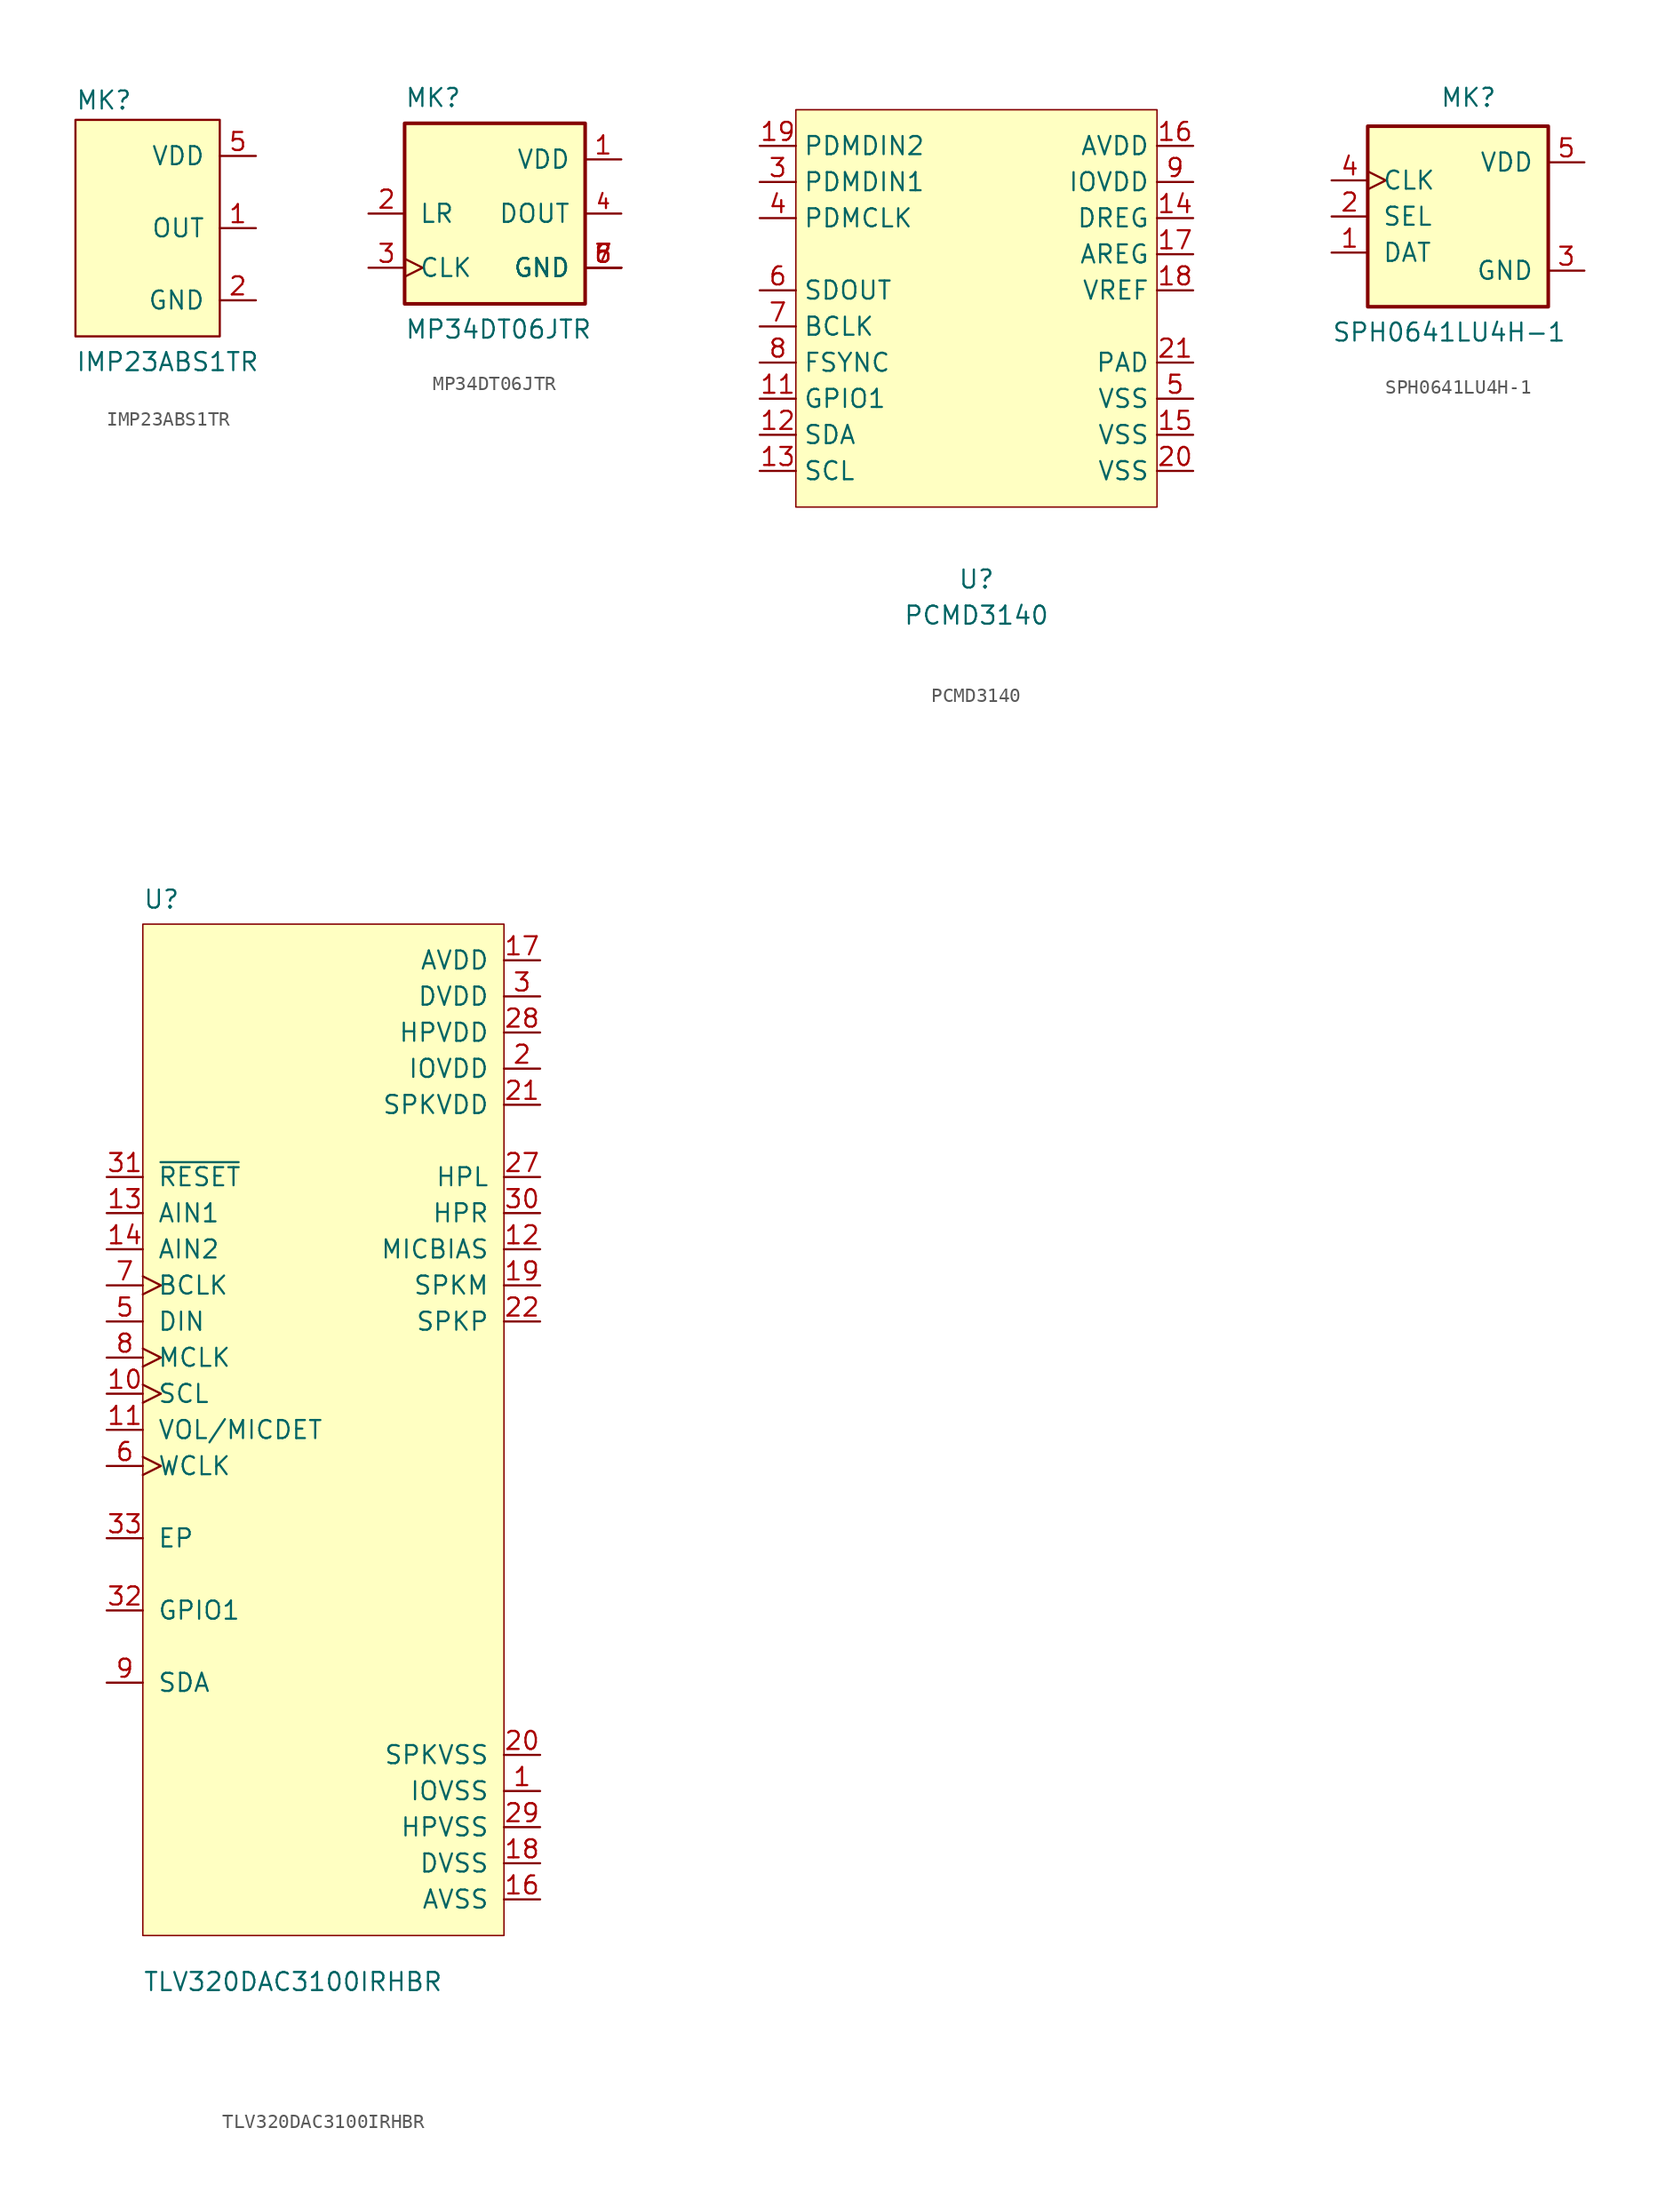
<source format=kicad_sym>
(kicad_symbol_lib
  (version 20220914)
  (generator kicad_symbol_editor)
  (symbol "IMP23ABS1TR"
    (pin_names
      (offset 1.016))
    (property "Reference" "MK"
      (at -5.08 8.255 0)
      (effects (font (size 1.27 1.27)) (justify left bottom)))
    (property "Value" "IMP23ABS1TR"
      (at -5.08 -10.16 0)
      (effects (font (size 1.27 1.27)) (justify left bottom)))
    (symbol "IMP23ABS1TR_1_0"
      (rectangle (start -5.08 7.62) (end 5.08 -7.62) (stroke (width 0) (type default)) (fill (type background)))
      (pin output line (at 7.62 0 180) (length 2.54) (name "OUT" (effects (font (size 1.27 1.27)))) (number "1" (effects (font (size 1.27 1.27)))))
      (pin power_in line (at 7.62 -5.08 180) (length 2.54) (name "GND" (effects (font (size 1.27 1.27)))) (number "2" (effects (font (size 1.27 1.27)))))
      (pin power_in line (at 7.62 -5.08 180) (length 2.54) hide (name "GND" (effects (font (size 1.27 1.27)))) (number "3" (effects (font (size 1.27 1.27)))))
      (pin power_in line (at 7.62 -5.08 180) (length 2.54) hide (name "GND" (effects (font (size 1.27 1.27)))) (number "4" (effects (font (size 1.27 1.27)))))
      (pin power_in line (at 7.62 5.08 180) (length 2.54) (name "VDD" (effects (font (size 1.27 1.27)))) (number "5" (effects (font (size 1.27 1.27)))))))
  (symbol "MP34DT06JTR"
    (pin_names
      (offset 1.016))
    (property "Reference" "MK"
      (at -6.35 8.89 0)
      (effects (font (size 1.27 1.27)) (justify left top)))
    (property "Value" "MP34DT06JTR"
      (at -6.35 -8.89 0)
      (effects (font (size 1.27 1.27)) (justify left bottom)))
    (symbol "MP34DT06JTR_0_0"
      (rectangle (start -6.35 6.35) (end 6.35 -6.35) (stroke (width 0.254) (type default)) (fill (type background))))
    (symbol "MP34DT06JTR_1_0"
      (pin power_in line (at 8.89 3.81 180) (length 2.54) (name "VDD" (effects (font (size 1.27 1.27)))) (number "1" (effects (font (size 1.27 1.27)))))
      (pin input line (at -8.89 0 0) (length 2.54) (name "LR" (effects (font (size 1.27 1.27)))) (number "2" (effects (font (size 1.27 1.27)))))
      (pin input clock (at -8.89 -3.81 0) (length 2.54) (name "CLK" (effects (font (size 1.27 1.27)))) (number "3" (effects (font (size 1.27 1.27)))))
      (pin output line (at 8.89 0 180) (length 2.54) (name "DOUT" (effects (font (size 1.27 1.27)))) (number "4" (effects (font (size 1.016 1.016)))))
      (pin power_in line (at 8.89 -3.81 180) (length 2.54) (name "GND" (effects (font (size 1.27 1.27)))) (number "5" (effects (font (size 1.27 1.27)))))
      (pin power_in line (at 8.89 -3.81 180) (length 2.54) (name "GND" (effects (font (size 1.27 1.27)))) (number "6" (effects (font (size 1.27 1.27)))))
      (pin power_in line (at 8.89 -3.81 180) (length 2.54) (name "GND" (effects (font (size 1.27 1.27)))) (number "7" (effects (font (size 1.27 1.27)))))
      (pin power_in line (at 8.89 -3.81 180) (length 2.54) (name "GND" (effects (font (size 1.27 1.27)))) (number "8" (effects (font (size 1.27 1.27)))))))
  (symbol "PCMD3140"
    (property "Reference" "U"
      (at 0 -17.78 0)
      (effects (font (size 1.27 1.27))))
    (property "Value" "PCMD3140"
      (at 0 -20.32 0)
      (effects (font (size 1.27 1.27))))
    (symbol "PCMD3140_0_1"
      (rectangle (start -12.7 15.24) (end 12.7 -12.7) (stroke (width 0.1) (type default)) (fill (type background))))
    (symbol "PCMD3140_1_1"
      (pin no_connect line (at -15.24 -12.7 0) (length 2.54) hide (name "NC" (effects (font (size 1.27 1.27)))) (number "1" (effects (font (size 1.27 1.27)))))
      (pin bidirectional line (at -15.24 -5.08 0) (length 2.54) (name "GPIO1" (effects (font (size 1.27 1.27)))) (number "11" (effects (font (size 1.27 1.27)))))
      (pin bidirectional line (at -15.24 -7.62 0) (length 2.54) (name "SDA" (effects (font (size 1.27 1.27)))) (number "12" (effects (font (size 1.27 1.27)))))
      (pin input line (at -15.24 -10.16 0) (length 2.54) (name "SCL" (effects (font (size 1.27 1.27)))) (number "13" (effects (font (size 1.27 1.27)))))
      (pin power_in line (at 15.24 7.62 180) (length 2.54) (name "DREG" (effects (font (size 1.27 1.27)))) (number "14" (effects (font (size 1.27 1.27)))))
      (pin power_in line (at 15.24 -7.62 180) (length 2.54) (name "VSS" (effects (font (size 1.27 1.27)))) (number "15" (effects (font (size 1.27 1.27)))))
      (pin power_in line (at 15.24 12.7 180) (length 2.54) (name "AVDD" (effects (font (size 1.27 1.27)))) (number "16" (effects (font (size 1.27 1.27)))))
      (pin power_in line (at 15.24 5.08 180) (length 2.54) (name "AREG" (effects (font (size 1.27 1.27)))) (number "17" (effects (font (size 1.27 1.27)))))
      (pin power_out line (at 15.24 2.54 180) (length 2.54) (name "VREF" (effects (font (size 1.27 1.27)))) (number "18" (effects (font (size 1.27 1.27)))))
      (pin input line (at -15.24 12.7 0) (length 2.54) (name "PDMDIN2" (effects (font (size 1.27 1.27)))) (number "19" (effects (font (size 1.27 1.27)))))
      (pin no_connect line (at -15.24 -12.7 0) (length 2.54) hide (name "NC" (effects (font (size 1.27 1.27)))) (number "2" (effects (font (size 1.27 1.27)))))
      (pin power_in line (at 15.24 -10.16 180) (length 2.54) (name "VSS" (effects (font (size 1.27 1.27)))) (number "20" (effects (font (size 1.27 1.27)))))
      (pin power_in line (at 15.24 -2.54 180) (length 2.54) (name "PAD" (effects (font (size 1.27 1.27)))) (number "21" (effects (font (size 1.27 1.27)))))
      (pin input line (at -15.24 10.16 0) (length 2.54) (name "PDMDIN1" (effects (font (size 1.27 1.27)))) (number "3" (effects (font (size 1.27 1.27)))))
      (pin output line (at -15.24 7.62 0) (length 2.54) (name "PDMCLK" (effects (font (size 1.27 1.27)))) (number "4" (effects (font (size 1.27 1.27)))))
      (pin power_in line (at 15.24 -5.08 180) (length 2.54) (name "VSS" (effects (font (size 1.27 1.27)))) (number "5" (effects (font (size 1.27 1.27)))))
      (pin output line (at -15.24 2.54 0) (length 2.54) (name "SDOUT" (effects (font (size 1.27 1.27)))) (number "6" (effects (font (size 1.27 1.27)))))
      (pin bidirectional line (at -15.24 0 0) (length 2.54) (name "BCLK" (effects (font (size 1.27 1.27)))) (number "7" (effects (font (size 1.27 1.27)))))
      (pin bidirectional line (at -15.24 -2.54 0) (length 2.54) (name "FSYNC" (effects (font (size 1.27 1.27)))) (number "8" (effects (font (size 1.27 1.27)))))
      (pin power_in line (at 15.24 10.16 180) (length 2.54) (name "IOVDD" (effects (font (size 1.27 1.27)))) (number "9" (effects (font (size 1.27 1.27)))))))
  (symbol "SPH0641LU4H-1"
    (pin_names
      (offset 1.016))
    (property "Reference" "MK"
      (at -1.27 7.62 0)
      (effects (font (size 1.27 1.27)) (justify left bottom)))
    (property "Value" "SPH0641LU4H-1"
      (at -8.89 -8.89 0)
      (effects (font (size 1.27 1.27)) (justify left bottom)))
    (symbol "SPH0641LU4H-1_0_0"
      (rectangle (start -6.35 6.35) (end 6.35 -6.35) (stroke (width 0.254) (type default)) (fill (type background)))
      (pin output line (at -8.89 -2.54 0) (length 2.54) (name "DAT" (effects (font (size 1.27 1.27)))) (number "1" (effects (font (size 1.27 1.27)))))
      (pin input line (at -8.89 0 0) (length 2.54) (name "SEL" (effects (font (size 1.27 1.27)))) (number "2" (effects (font (size 1.27 1.27)))))
      (pin power_in line (at 8.89 -3.81 180) (length 2.54) (name "GND" (effects (font (size 1.27 1.27)))) (number "3" (effects (font (size 1.27 1.27)))))
      (pin input clock (at -8.89 2.54 0) (length 2.54) (name "CLK" (effects (font (size 1.27 1.27)))) (number "4" (effects (font (size 1.27 1.27)))))
      (pin power_in line (at 8.89 3.81 180) (length 2.54) (name "VDD" (effects (font (size 1.27 1.27)))) (number "5" (effects (font (size 1.27 1.27)))))))
  (symbol "TLV320DAC3100IRHBR"
    (pin_names
      (offset 1.016))
    (property "Reference" "U"
      (at -12.7 36.56 0)
      (effects (font (size 1.27 1.27)) (justify left bottom)))
    (property "Value" "TLV320DAC3100IRHBR"
      (at -12.7 -39.56 0)
      (effects (font (size 1.27 1.27)) (justify left bottom)))
    (symbol "TLV320DAC3100IRHBR_0_0"
      (rectangle (start -12.7 35.56) (end 12.7 -35.56) (stroke (width 0.1) (type default)) (fill (type background)))
      (pin power_in line (at 15.24 -25.4 180) (length 2.54) (name "IOVSS" (effects (font (size 1.27 1.27)))) (number "1" (effects (font (size 1.27 1.27)))))
      (pin input clock (at -15.24 2.54 0) (length 2.54) (name "SCL" (effects (font (size 1.27 1.27)))) (number "10" (effects (font (size 1.27 1.27)))))
      (pin input line (at -15.24 0 0) (length 2.54) (name "VOL/MICDET" (effects (font (size 1.27 1.27)))) (number "11" (effects (font (size 1.27 1.27)))))
      (pin output line (at 15.24 12.7 180) (length 2.54) (name "MICBIAS" (effects (font (size 1.27 1.27)))) (number "12" (effects (font (size 1.27 1.27)))))
      (pin input line (at -15.24 15.24 0) (length 2.54) (name "AIN1" (effects (font (size 1.27 1.27)))) (number "13" (effects (font (size 1.27 1.27)))))
      (pin input line (at -15.24 12.7 0) (length 2.54) (name "AIN2" (effects (font (size 1.27 1.27)))) (number "14" (effects (font (size 1.27 1.27)))))
      (pin power_in line (at 15.24 -33.02 180) (length 2.54) (name "AVSS" (effects (font (size 1.27 1.27)))) (number "16" (effects (font (size 1.27 1.27)))))
      (pin power_in line (at 15.24 33.02 180) (length 2.54) (name "AVDD" (effects (font (size 1.27 1.27)))) (number "17" (effects (font (size 1.27 1.27)))))
      (pin power_in line (at 15.24 -30.48 180) (length 2.54) (name "DVSS" (effects (font (size 1.27 1.27)))) (number "18" (effects (font (size 1.27 1.27)))))
      (pin output line (at 15.24 10.16 180) (length 2.54) (name "SPKM" (effects (font (size 1.27 1.27)))) (number "19" (effects (font (size 1.27 1.27)))))
      (pin power_in line (at 15.24 25.4 180) (length 2.54) (name "IOVDD" (effects (font (size 1.27 1.27)))) (number "2" (effects (font (size 1.27 1.27)))))
      (pin power_in line (at 15.24 -22.86 180) (length 2.54) (name "SPKVSS" (effects (font (size 1.27 1.27)))) (number "20" (effects (font (size 1.27 1.27)))))
      (pin power_in line (at 15.24 22.86 180) (length 2.54) (name "SPKVDD" (effects (font (size 1.27 1.27)))) (number "21" (effects (font (size 1.27 1.27)))))
      (pin output line (at 15.24 7.62 180) (length 2.54) (name "SPKP" (effects (font (size 1.27 1.27)))) (number "22" (effects (font (size 1.27 1.27)))))
      (pin output line (at 15.24 10.16 180) (length 2.54) hide (name "SPKM" (effects (font (size 1.27 1.27)))) (number "23" (effects (font (size 1.27 1.27)))))
      (pin power_in line (at 15.24 22.86 180) (length 2.54) hide (name "SPKVDD" (effects (font (size 1.27 1.27)))) (number "24" (effects (font (size 1.27 1.27)))))
      (pin power_in line (at 15.24 -22.86 180) (length 2.54) hide (name "SPKVSS" (effects (font (size 1.27 1.27)))) (number "25" (effects (font (size 1.27 1.27)))))
      (pin output line (at 15.24 7.62 180) (length 2.54) hide (name "SPKP" (effects (font (size 1.27 1.27)))) (number "26" (effects (font (size 1.27 1.27)))))
      (pin output line (at 15.24 17.78 180) (length 2.54) (name "HPL" (effects (font (size 1.27 1.27)))) (number "27" (effects (font (size 1.27 1.27)))))
      (pin power_in line (at 15.24 27.94 180) (length 2.54) (name "HPVDD" (effects (font (size 1.27 1.27)))) (number "28" (effects (font (size 1.27 1.27)))))
      (pin power_in line (at 15.24 -27.94 180) (length 2.54) (name "HPVSS" (effects (font (size 1.27 1.27)))) (number "29" (effects (font (size 1.27 1.27)))))
      (pin power_in line (at 15.24 30.48 180) (length 2.54) (name "DVDD" (effects (font (size 1.27 1.27)))) (number "3" (effects (font (size 1.27 1.27)))))
      (pin output line (at 15.24 15.24 180) (length 2.54) (name "HPR" (effects (font (size 1.27 1.27)))) (number "30" (effects (font (size 1.27 1.27)))))
      (pin input line (at -15.24 17.78 0) (length 2.54) (name "~{RESET}" (effects (font (size 1.27 1.27)))) (number "31" (effects (font (size 1.27 1.27)))))
      (pin bidirectional line (at -15.24 -12.7 0) (length 2.54) (name "GPIO1" (effects (font (size 1.27 1.27)))) (number "32" (effects (font (size 1.27 1.27)))))
      (pin bidirectional line (at -15.24 -7.62 0) (length 2.54) (name "EP" (effects (font (size 1.27 1.27)))) (number "33" (effects (font (size 1.27 1.27)))))
      (pin input line (at -15.24 7.62 0) (length 2.54) (name "DIN" (effects (font (size 1.27 1.27)))) (number "5" (effects (font (size 1.27 1.27)))))
      (pin input clock (at -15.24 -2.54 0) (length 2.54) (name "WCLK" (effects (font (size 1.27 1.27)))) (number "6" (effects (font (size 1.27 1.27)))))
      (pin input clock (at -15.24 10.16 0) (length 2.54) (name "BCLK" (effects (font (size 1.27 1.27)))) (number "7" (effects (font (size 1.27 1.27)))))
      (pin input clock (at -15.24 5.08 0) (length 2.54) (name "MCLK" (effects (font (size 1.27 1.27)))) (number "8" (effects (font (size 1.27 1.27)))))
      (pin bidirectional line (at -15.24 -17.78 0) (length 2.54) (name "SDA" (effects (font (size 1.27 1.27)))) (number "9" (effects (font (size 1.27 1.27))))))))
</source>
